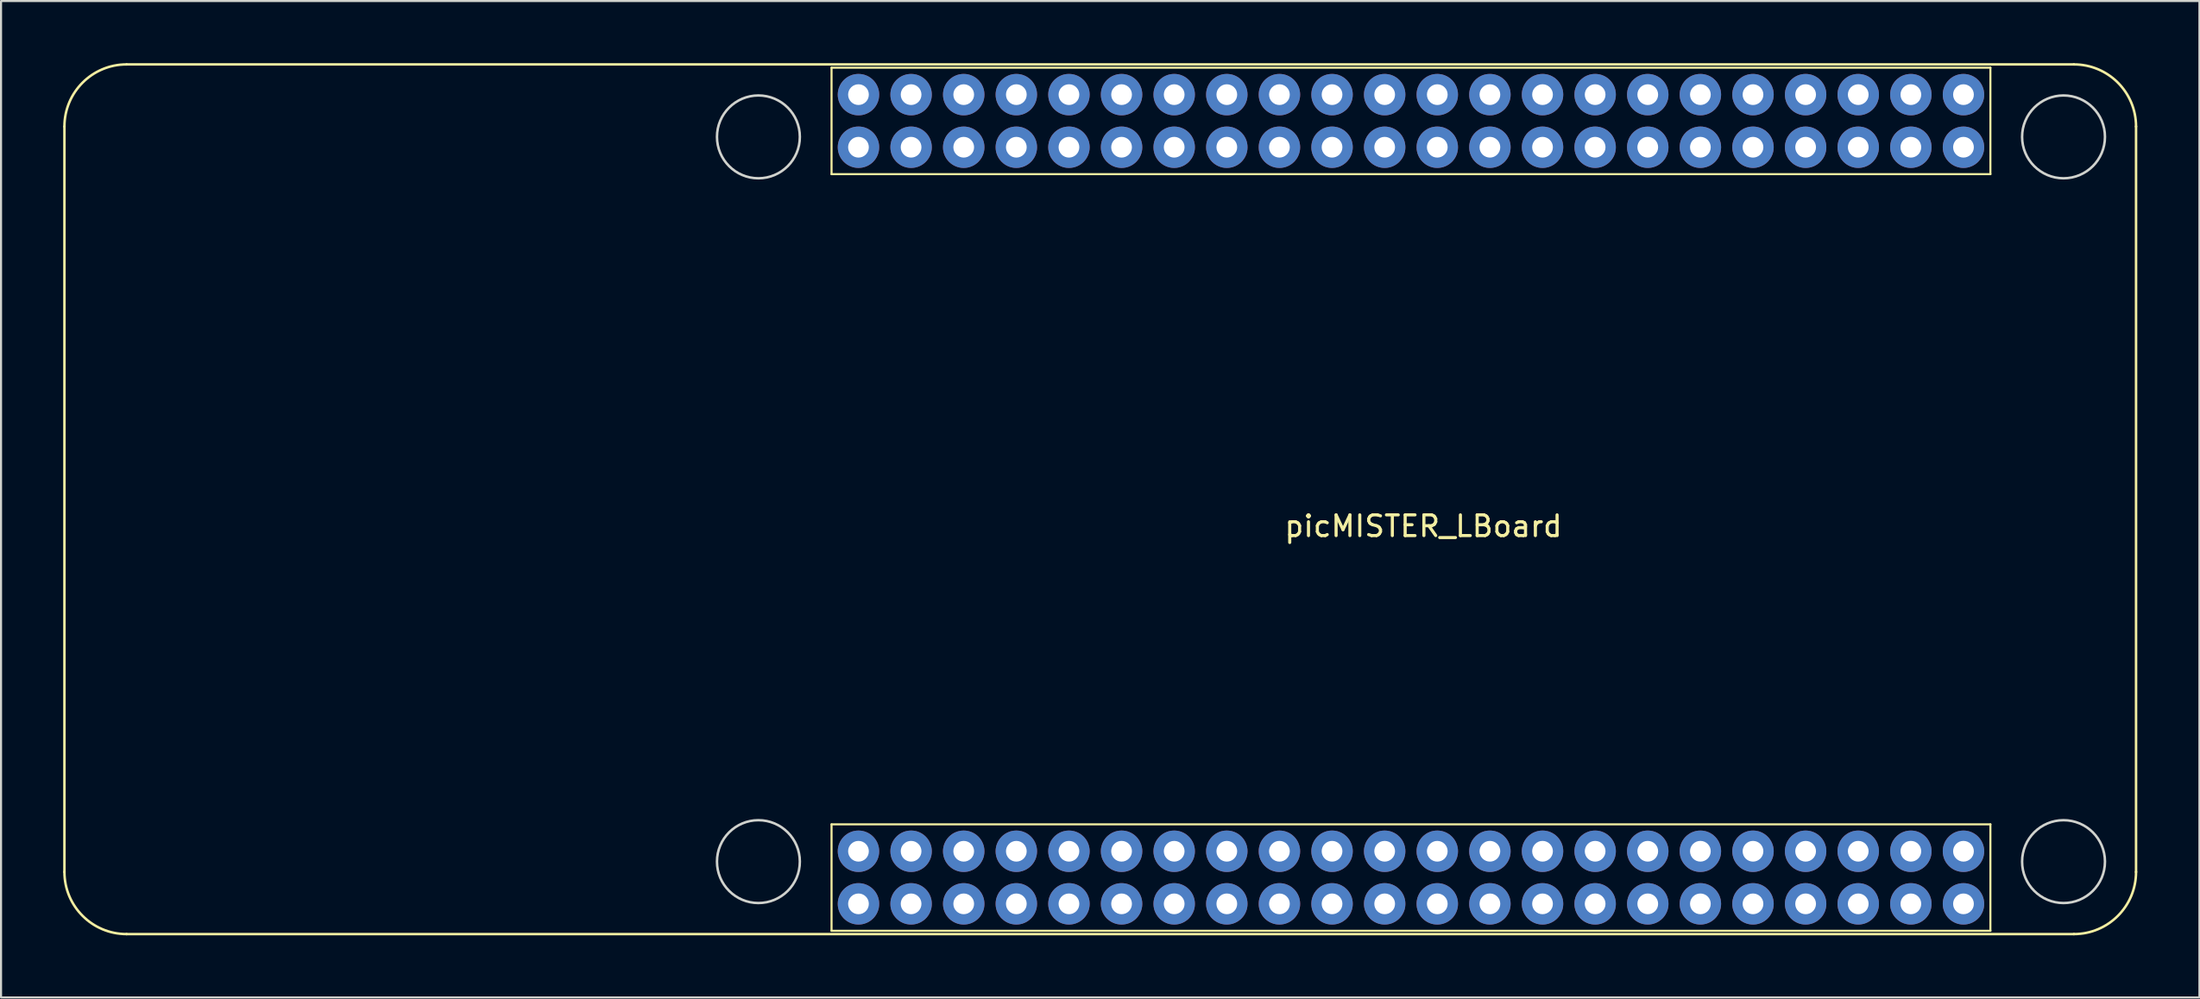
<source format=kicad_pcb>
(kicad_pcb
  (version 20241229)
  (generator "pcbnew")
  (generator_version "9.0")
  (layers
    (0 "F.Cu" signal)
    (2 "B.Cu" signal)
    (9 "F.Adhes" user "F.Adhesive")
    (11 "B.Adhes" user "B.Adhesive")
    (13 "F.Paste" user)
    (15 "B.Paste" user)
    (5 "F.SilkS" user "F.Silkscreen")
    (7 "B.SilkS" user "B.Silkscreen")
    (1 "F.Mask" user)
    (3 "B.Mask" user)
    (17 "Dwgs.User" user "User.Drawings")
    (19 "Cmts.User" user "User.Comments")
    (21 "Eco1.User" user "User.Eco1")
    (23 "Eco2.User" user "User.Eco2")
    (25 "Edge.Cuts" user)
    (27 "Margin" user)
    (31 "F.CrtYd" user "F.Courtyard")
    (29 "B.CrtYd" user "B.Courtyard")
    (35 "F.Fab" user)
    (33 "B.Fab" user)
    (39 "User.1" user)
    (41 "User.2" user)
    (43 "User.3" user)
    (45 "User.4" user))
  (footprint "picMISTER_LBoard"
    (layer "F.Cu")
    (at 65.06 21.06)
    (property "Reference" "picMISTER_LBoard" (at 0.6 1.3 0) (layer "F.SilkS") (effects (font (size 1 1) (thickness 0.15))))
    (attr through_hole)
    (fp_line (start -65 18) (end -65 -18) (stroke (width 0.12) (type solid)) (layer "F.SilkS"))
    (fp_line (start -62 -21) (end 32 -21) (stroke (width 0.12) (type solid)) (layer "F.SilkS"))
    (fp_line (start -27.97 -20.84) (end -27.97 -15.7) (stroke (width 0.1) (type solid)) (layer "F.SilkS"))
    (fp_line (start -27.97 -15.7) (end 27.97 -15.7) (stroke (width 0.1) (type solid)) (layer "F.SilkS"))
    (fp_line (start -27.97 15.7) (end 27.97 15.7) (stroke (width 0.1) (type solid)) (layer "F.SilkS"))
    (fp_line (start -27.97 20.84) (end -27.97 15.7) (stroke (width 0.1) (type solid)) (layer "F.SilkS"))
    (fp_line (start 27.97 -20.84) (end -27.97 -20.84) (stroke (width 0.1) (type solid)) (layer "F.SilkS"))
    (fp_line (start 27.97 -15.7) (end 27.97 -20.84) (stroke (width 0.1) (type solid)) (layer "F.SilkS"))
    (fp_line (start 27.97 15.7) (end 27.97 20.84) (stroke (width 0.1) (type solid)) (layer "F.SilkS"))
    (fp_line (start 27.97 20.84) (end -27.97 20.84) (stroke (width 0.1) (type solid)) (layer "F.SilkS"))
    (fp_line (start 32 21) (end -62 21) (stroke (width 0.12) (type solid)) (layer "F.SilkS"))
    (fp_line (start 35 -18) (end 35 18) (stroke (width 0.12) (type solid)) (layer "F.SilkS"))
    (fp_arc (start -65 -18) (mid -64.12132 -20.12132) (end -62 -21) (stroke (width 0.12) (type solid)) (layer "F.SilkS"))
    (fp_arc (start -62 21) (mid -64.12132 20.12132) (end -65 18) (stroke (width 0.12) (type solid)) (layer "F.SilkS"))
    (fp_arc (start 32 -21) (mid 34.12132 -20.12132) (end 35 -18) (stroke (width 0.12) (type solid)) (layer "F.SilkS"))
    (fp_arc (start 35 18) (mid 34.12132 20.12132) (end 32 21) (stroke (width 0.12) (type solid)) (layer "F.SilkS"))
    (fp_circle (center -31.5 -17.5) (end -29.5 -17.5) (stroke (width 0.12) (type solid)) (fill no) (layer "Edge.Cuts"))
    (fp_circle (center -31.5 17.5) (end -29.5 17.5) (stroke (width 0.12) (type solid)) (fill no) (layer "Edge.Cuts"))
    (fp_circle (center 31.5 -17.5) (end 33.5 -17.5) (stroke (width 0.12) (type solid)) (fill no) (layer "Edge.Cuts"))
    (fp_circle (center 31.5 17.5) (end 33.5 17.5) (stroke (width 0.12) (type solid)) (fill no) (layer "Edge.Cuts"))
    (pad "1" thru_hole circle (at -26.67 17) (size 2 2) (drill 1) (layers "*.Cu" "*.Mask"))
    (pad "1" thru_hole circle (at -26.67 19.54) (size 2 2) (drill 1) (layers "*.Cu" "*.Mask"))
    (pad "2" thru_hole circle (at -24.13 17) (size 2 2) (drill 1) (layers "*.Cu" "*.Mask"))
    (pad "2" thru_hole circle (at -24.13 19.54) (size 2 2) (drill 1) (layers "*.Cu" "*.Mask"))
    (pad "3" thru_hole circle (at -21.59 17) (size 2 2) (drill 1) (layers "*.Cu" "*.Mask"))
    (pad "3" thru_hole circle (at -21.59 19.54) (size 2 2) (drill 1) (layers "*.Cu" "*.Mask"))
    (pad "4" thru_hole circle (at -19.05 17) (size 2 2) (drill 1) (layers "*.Cu" "*.Mask"))
    (pad "4" thru_hole circle (at -19.05 19.54) (size 2 2) (drill 1) (layers "*.Cu" "*.Mask"))
    (pad "5" thru_hole circle (at -16.51 17) (size 2 2) (drill 1) (layers "*.Cu" "*.Mask"))
    (pad "5" thru_hole circle (at -16.51 19.54) (size 2 2) (drill 1) (layers "*.Cu" "*.Mask"))
    (pad "6" thru_hole circle (at -13.97 17) (size 2 2) (drill 1) (layers "*.Cu" "*.Mask"))
    (pad "6" thru_hole circle (at -13.97 19.54) (size 2 2) (drill 1) (layers "*.Cu" "*.Mask"))
    (pad "7" thru_hole circle (at -11.43 17) (size 2 2) (drill 1) (layers "*.Cu" "*.Mask"))
    (pad "7" thru_hole circle (at -11.43 19.54) (size 2 2) (drill 1) (layers "*.Cu" "*.Mask"))
    (pad "8" thru_hole circle (at -8.89 17) (size 2 2) (drill 1) (layers "*.Cu" "*.Mask"))
    (pad "8" thru_hole circle (at -8.89 19.54) (size 2 2) (drill 1) (layers "*.Cu" "*.Mask"))
    (pad "9" thru_hole circle (at -6.35 17) (size 2 2) (drill 1) (layers "*.Cu" "*.Mask"))
    (pad "9" thru_hole circle (at -6.35 19.54) (size 2 2) (drill 1) (layers "*.Cu" "*.Mask"))
    (pad "10" thru_hole circle (at -3.81 17) (size 2 2) (drill 1) (layers "*.Cu" "*.Mask"))
    (pad "10" thru_hole circle (at -3.81 19.54) (size 2 2) (drill 1) (layers "*.Cu" "*.Mask"))
    (pad "11" thru_hole circle (at -1.27 17) (size 2 2) (drill 1) (layers "*.Cu" "*.Mask"))
    (pad "11" thru_hole circle (at -1.27 19.54) (size 2 2) (drill 1) (layers "*.Cu" "*.Mask"))
    (pad "12" thru_hole circle (at 1.27 17) (size 2 2) (drill 1) (layers "*.Cu" "*.Mask"))
    (pad "12" thru_hole circle (at 1.27 19.54) (size 2 2) (drill 1) (layers "*.Cu" "*.Mask"))
    (pad "13" thru_hole circle (at 3.81 17) (size 2 2) (drill 1) (layers "*.Cu" "*.Mask"))
    (pad "13" thru_hole circle (at 3.81 19.54) (size 2 2) (drill 1) (layers "*.Cu" "*.Mask"))
    (pad "14" thru_hole circle (at 6.35 17) (size 2 2) (drill 1) (layers "*.Cu" "*.Mask"))
    (pad "14" thru_hole circle (at 6.35 19.54) (size 2 2) (drill 1) (layers "*.Cu" "*.Mask"))
    (pad "15" thru_hole circle (at 8.89 17) (size 2 2) (drill 1) (layers "*.Cu" "*.Mask"))
    (pad "15" thru_hole circle (at 8.89 19.54) (size 2 2) (drill 1) (layers "*.Cu" "*.Mask"))
    (pad "16" thru_hole circle (at 11.43 17) (size 2 2) (drill 1) (layers "*.Cu" "*.Mask"))
    (pad "16" thru_hole circle (at 11.43 19.54) (size 2 2) (drill 1) (layers "*.Cu" "*.Mask"))
    (pad "17" thru_hole circle (at 13.97 17) (size 2 2) (drill 1) (layers "*.Cu" "*.Mask"))
    (pad "17" thru_hole circle (at 13.97 19.54) (size 2 2) (drill 1) (layers "*.Cu" "*.Mask"))
    (pad "18" thru_hole circle (at 16.51 17) (size 2 2) (drill 1) (layers "*.Cu" "*.Mask"))
    (pad "18" thru_hole circle (at 16.51 19.54) (size 2 2) (drill 1) (layers "*.Cu" "*.Mask"))
    (pad "19" thru_hole circle (at 19.05 17) (size 2 2) (drill 1) (layers "*.Cu" "*.Mask"))
    (pad "19" thru_hole circle (at 19.05 19.54) (size 2 2) (drill 1) (layers "*.Cu" "*.Mask"))
    (pad "20" thru_hole circle (at 21.59 17) (size 2 2) (drill 1) (layers "*.Cu" "*.Mask"))
    (pad "20" thru_hole circle (at 21.59 19.54) (size 2 2) (drill 1) (layers "*.Cu" "*.Mask"))
    (pad "21" thru_hole circle (at 24.13 17) (size 2 2) (drill 1) (layers "*.Cu" "*.Mask"))
    (pad "21" thru_hole circle (at 24.13 19.54) (size 2 2) (drill 1) (layers "*.Cu" "*.Mask"))
    (pad "22" thru_hole circle (at 26.67 17) (size 2 2) (drill 1) (layers "*.Cu" "*.Mask"))
    (pad "22" thru_hole circle (at 26.67 19.54) (size 2 2) (drill 1) (layers "*.Cu" "*.Mask"))
    (pad "23" thru_hole circle (at 26.67 -19.54) (size 2 2) (drill 1) (layers "*.Cu" "*.Mask"))
    (pad "23" thru_hole circle (at 26.67 -17) (size 2 2) (drill 1) (layers "*.Cu" "*.Mask"))
    (pad "24" thru_hole circle (at 24.13 -19.54) (size 2 2) (drill 1) (layers "*.Cu" "*.Mask"))
    (pad "24" thru_hole circle (at 24.13 -17) (size 2 2) (drill 1) (layers "*.Cu" "*.Mask"))
    (pad "25" thru_hole circle (at 21.59 -19.54) (size 2 2) (drill 1) (layers "*.Cu" "*.Mask"))
    (pad "25" thru_hole circle (at 21.59 -17) (size 2 2) (drill 1) (layers "*.Cu" "*.Mask"))
    (pad "26" thru_hole circle (at 19.05 -19.54) (size 2 2) (drill 1) (layers "*.Cu" "*.Mask"))
    (pad "26" thru_hole circle (at 19.05 -17) (size 2 2) (drill 1) (layers "*.Cu" "*.Mask"))
    (pad "27" thru_hole circle (at 16.51 -19.54) (size 2 2) (drill 1) (layers "*.Cu" "*.Mask"))
    (pad "27" thru_hole circle (at 16.51 -17) (size 2 2) (drill 1) (layers "*.Cu" "*.Mask"))
    (pad "28" thru_hole circle (at 13.97 -19.54) (size 2 2) (drill 1) (layers "*.Cu" "*.Mask"))
    (pad "28" thru_hole circle (at 13.97 -17) (size 2 2) (drill 1) (layers "*.Cu" "*.Mask"))
    (pad "29" thru_hole circle (at 11.43 -19.54) (size 2 2) (drill 1) (layers "*.Cu" "*.Mask"))
    (pad "29" thru_hole circle (at 11.43 -17) (size 2 2) (drill 1) (layers "*.Cu" "*.Mask"))
    (pad "30" thru_hole circle (at 8.89 -19.54) (size 2 2) (drill 1) (layers "*.Cu" "*.Mask"))
    (pad "30" thru_hole circle (at 8.89 -17) (size 2 2) (drill 1) (layers "*.Cu" "*.Mask"))
    (pad "31" thru_hole circle (at 6.35 -19.54) (size 2 2) (drill 1) (layers "*.Cu" "*.Mask"))
    (pad "31" thru_hole circle (at 6.35 -17) (size 2 2) (drill 1) (layers "*.Cu" "*.Mask"))
    (pad "32" thru_hole circle (at 3.81 -19.54) (size 2 2) (drill 1) (layers "*.Cu" "*.Mask"))
    (pad "32" thru_hole circle (at 3.81 -17) (size 2 2) (drill 1) (layers "*.Cu" "*.Mask"))
    (pad "33" thru_hole circle (at 1.27 -19.54) (size 2 2) (drill 1) (layers "*.Cu" "*.Mask"))
    (pad "33" thru_hole circle (at 1.27 -17) (size 2 2) (drill 1) (layers "*.Cu" "*.Mask"))
    (pad "34" thru_hole circle (at -1.27 -19.54) (size 2 2) (drill 1) (layers "*.Cu" "*.Mask"))
    (pad "34" thru_hole circle (at -1.27 -17) (size 2 2) (drill 1) (layers "*.Cu" "*.Mask"))
    (pad "35" thru_hole circle (at -3.81 -19.54) (size 2 2) (drill 1) (layers "*.Cu" "*.Mask"))
    (pad "35" thru_hole circle (at -3.81 -17) (size 2 2) (drill 1) (layers "*.Cu" "*.Mask"))
    (pad "36" thru_hole circle (at -6.35 -19.54) (size 2 2) (drill 1) (layers "*.Cu" "*.Mask"))
    (pad "36" thru_hole circle (at -6.35 -17) (size 2 2) (drill 1) (layers "*.Cu" "*.Mask"))
    (pad "37" thru_hole circle (at -8.89 -19.54) (size 2 2) (drill 1) (layers "*.Cu" "*.Mask"))
    (pad "37" thru_hole circle (at -8.89 -17) (size 2 2) (drill 1) (layers "*.Cu" "*.Mask"))
    (pad "38" thru_hole circle (at -11.43 -19.54) (size 2 2) (drill 1) (layers "*.Cu" "*.Mask"))
    (pad "38" thru_hole circle (at -11.43 -17) (size 2 2) (drill 1) (layers "*.Cu" "*.Mask"))
    (pad "39" thru_hole circle (at -13.97 -19.54) (size 2 2) (drill 1) (layers "*.Cu" "*.Mask"))
    (pad "39" thru_hole circle (at -13.97 -17) (size 2 2) (drill 1) (layers "*.Cu" "*.Mask"))
    (pad "40" thru_hole circle (at -16.51 -19.54) (size 2 2) (drill 1) (layers "*.Cu" "*.Mask"))
    (pad "40" thru_hole circle (at -16.51 -17) (size 2 2) (drill 1) (layers "*.Cu" "*.Mask"))
    (pad "41" thru_hole circle (at -19.05 -19.54) (size 2 2) (drill 1) (layers "*.Cu" "*.Mask"))
    (pad "41" thru_hole circle (at -19.05 -17) (size 2 2) (drill 1) (layers "*.Cu" "*.Mask"))
    (pad "42" thru_hole circle (at -21.59 -19.54) (size 2 2) (drill 1) (layers "*.Cu" "*.Mask"))
    (pad "42" thru_hole circle (at -21.59 -17) (size 2 2) (drill 1) (layers "*.Cu" "*.Mask"))
    (pad "43" thru_hole circle (at -24.13 -19.54) (size 2 2) (drill 1) (layers "*.Cu" "*.Mask"))
    (pad "43" thru_hole circle (at -24.13 -17) (size 2 2) (drill 1) (layers "*.Cu" "*.Mask"))
    (pad "44" thru_hole circle (at -26.67 -19.54) (size 2 2) (drill 1) (layers "*.Cu" "*.Mask"))
    (pad "44" thru_hole circle (at -26.67 -17) (size 2 2) (drill 1) (layers "*.Cu" "*.Mask")))
  (gr_rect
    (start -3 -3)
    (end 103.12 45.12)
    (stroke (width 0.1) (type default))
    (fill no)
    (layer "Edge.Cuts")))
</source>
